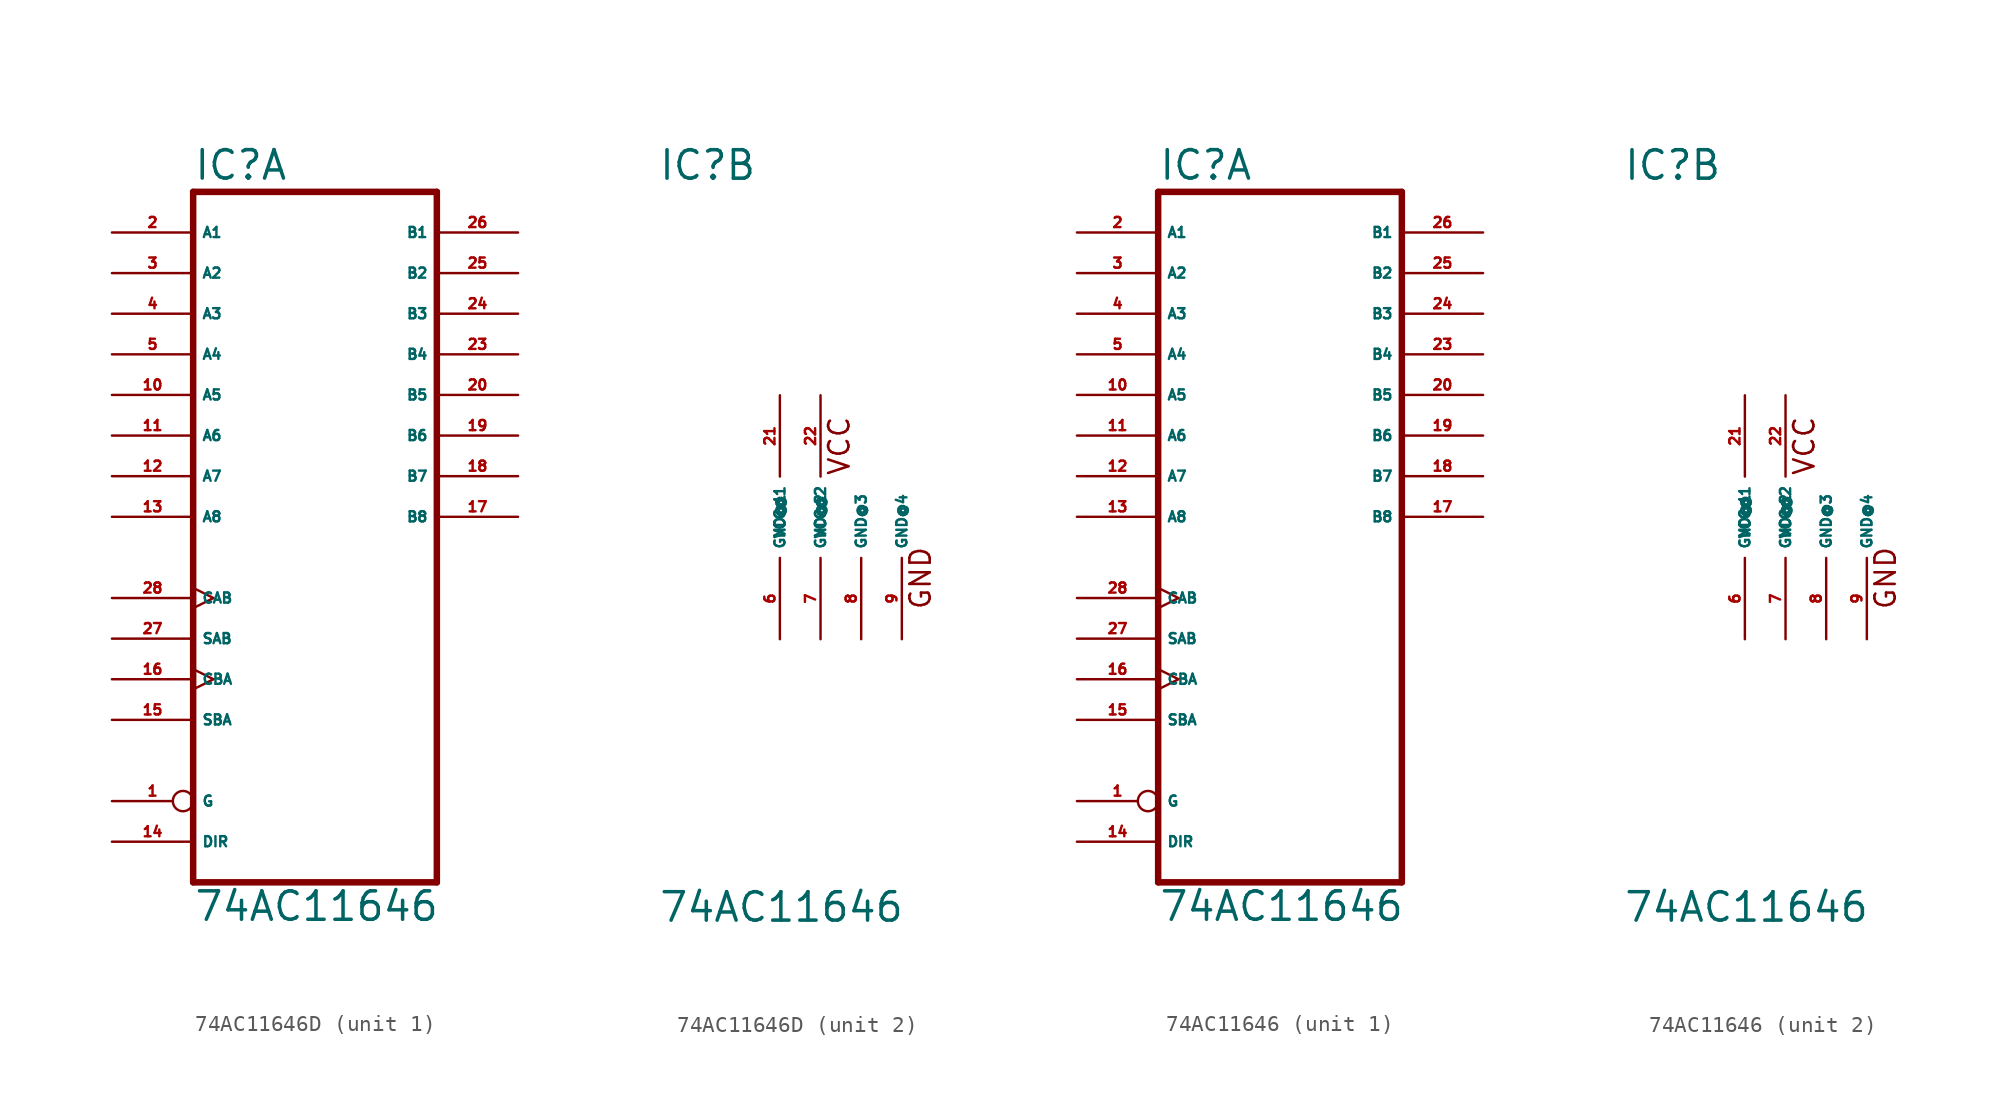
<source format=kicad_sym>
(kicad_symbol_lib
  (version 20220914)
  (generator Eagle2Kicad)
  (symbol "74AC11646D"
    (property "Reference" "IC"
      (at -7.62 20.955 0)
      (effects (font (size 1.778 1.778) (thickness 0.22)) (justify left bottom)))
    (property "Value" "74AC11646"
      (at -7.62 -25.4 0)
      (effects (font (size 1.778 1.778) (thickness 0.22)) (justify left bottom)))
    (symbol "74AC11646D_1_0"
      (polyline (pts (xy -7.62 -22.86) (xy 7.62 -22.86)) (stroke (width 0.406) (type default)) (fill (type none)))
      (polyline (pts (xy 7.62 -22.86) (xy 7.62 20.32)) (stroke (width 0.406) (type default)) (fill (type none)))
      (polyline (pts (xy 7.62 20.32) (xy -7.62 20.32)) (stroke (width 0.406) (type default)) (fill (type none)))
      (polyline (pts (xy -7.62 20.32) (xy -7.62 -22.86)) (stroke (width 0.406) (type default)) (fill (type none)))
      (pin input inverted (at -12.7 -17.78 0) (length 5.08) (name "G" (effects (font (size 0.635 0.635) (thickness 0.08)) (justify left bottom))) (number "1" (effects (font (size 0.635 0.635) (thickness 0.08)) (justify left bottom))))
      (pin bidirectional line (at -12.7 17.78 0) (length 5.08) (name "A1" (effects (font (size 0.635 0.635) (thickness 0.08)) (justify left bottom))) (number "2" (effects (font (size 0.635 0.635) (thickness 0.08)) (justify left bottom))))
      (pin bidirectional line (at -12.7 15.24 0) (length 5.08) (name "A2" (effects (font (size 0.635 0.635) (thickness 0.08)) (justify left bottom))) (number "3" (effects (font (size 0.635 0.635) (thickness 0.08)) (justify left bottom))))
      (pin bidirectional line (at -12.7 12.7 0) (length 5.08) (name "A3" (effects (font (size 0.635 0.635) (thickness 0.08)) (justify left bottom))) (number "4" (effects (font (size 0.635 0.635) (thickness 0.08)) (justify left bottom))))
      (pin bidirectional line (at -12.7 10.16 0) (length 5.08) (name "A4" (effects (font (size 0.635 0.635) (thickness 0.08)) (justify left bottom))) (number "5" (effects (font (size 0.635 0.635) (thickness 0.08)) (justify left bottom))))
      (pin bidirectional line (at -12.7 7.62 0) (length 5.08) (name "A5" (effects (font (size 0.635 0.635) (thickness 0.08)) (justify left bottom))) (number "10" (effects (font (size 0.635 0.635) (thickness 0.08)) (justify left bottom))))
      (pin bidirectional line (at -12.7 5.08 0) (length 5.08) (name "A6" (effects (font (size 0.635 0.635) (thickness 0.08)) (justify left bottom))) (number "11" (effects (font (size 0.635 0.635) (thickness 0.08)) (justify left bottom))))
      (pin bidirectional line (at -12.7 2.54 0) (length 5.08) (name "A7" (effects (font (size 0.635 0.635) (thickness 0.08)) (justify left bottom))) (number "12" (effects (font (size 0.635 0.635) (thickness 0.08)) (justify left bottom))))
      (pin bidirectional line (at -12.7 0 0) (length 5.08) (name "A8" (effects (font (size 0.635 0.635) (thickness 0.08)) (justify left bottom))) (number "13" (effects (font (size 0.635 0.635) (thickness 0.08)) (justify left bottom))))
      (pin input line (at -12.7 -20.32 0) (length 5.08) (name "DIR" (effects (font (size 0.635 0.635) (thickness 0.08)) (justify left bottom))) (number "14" (effects (font (size 0.635 0.635) (thickness 0.08)) (justify left bottom))))
      (pin input line (at -12.7 -12.7 0) (length 5.08) (name "SBA" (effects (font (size 0.635 0.635) (thickness 0.08)) (justify left bottom))) (number "15" (effects (font (size 0.635 0.635) (thickness 0.08)) (justify left bottom))))
      (pin input clock (at -12.7 -10.16 0) (length 5.08) (name "CBA" (effects (font (size 0.635 0.635) (thickness 0.08)) (justify left bottom))) (number "16" (effects (font (size 0.635 0.635) (thickness 0.08)) (justify left bottom))))
      (pin bidirectional line (at 12.7 0 180) (length 5.08) (name "B8" (effects (font (size 0.635 0.635) (thickness 0.08)) (justify left bottom))) (number "17" (effects (font (size 0.635 0.635) (thickness 0.08)) (justify left bottom))))
      (pin bidirectional line (at 12.7 2.54 180) (length 5.08) (name "B7" (effects (font (size 0.635 0.635) (thickness 0.08)) (justify left bottom))) (number "18" (effects (font (size 0.635 0.635) (thickness 0.08)) (justify left bottom))))
      (pin bidirectional line (at 12.7 5.08 180) (length 5.08) (name "B6" (effects (font (size 0.635 0.635) (thickness 0.08)) (justify left bottom))) (number "19" (effects (font (size 0.635 0.635) (thickness 0.08)) (justify left bottom))))
      (pin bidirectional line (at 12.7 7.62 180) (length 5.08) (name "B5" (effects (font (size 0.635 0.635) (thickness 0.08)) (justify left bottom))) (number "20" (effects (font (size 0.635 0.635) (thickness 0.08)) (justify left bottom))))
      (pin bidirectional line (at 12.7 10.16 180) (length 5.08) (name "B4" (effects (font (size 0.635 0.635) (thickness 0.08)) (justify left bottom))) (number "23" (effects (font (size 0.635 0.635) (thickness 0.08)) (justify left bottom))))
      (pin bidirectional line (at 12.7 12.7 180) (length 5.08) (name "B3" (effects (font (size 0.635 0.635) (thickness 0.08)) (justify left bottom))) (number "24" (effects (font (size 0.635 0.635) (thickness 0.08)) (justify left bottom))))
      (pin bidirectional line (at 12.7 15.24 180) (length 5.08) (name "B2" (effects (font (size 0.635 0.635) (thickness 0.08)) (justify left bottom))) (number "25" (effects (font (size 0.635 0.635) (thickness 0.08)) (justify left bottom))))
      (pin bidirectional line (at 12.7 17.78 180) (length 5.08) (name "B1" (effects (font (size 0.635 0.635) (thickness 0.08)) (justify left bottom))) (number "26" (effects (font (size 0.635 0.635) (thickness 0.08)) (justify left bottom))))
      (pin input line (at -12.7 -7.62 0) (length 5.08) (name "SAB" (effects (font (size 0.635 0.635) (thickness 0.08)) (justify left bottom))) (number "27" (effects (font (size 0.635 0.635) (thickness 0.08)) (justify left bottom))))
      (pin input clock (at -12.7 -5.08 0) (length 5.08) (name "CAB" (effects (font (size 0.635 0.635) (thickness 0.08)) (justify left bottom))) (number "28" (effects (font (size 0.635 0.635) (thickness 0.08)) (justify left bottom)))))
    (symbol "74AC11646D_2_0"
      (text "VCC" (at 4.445 2.54 900) (effects (font (size 1.27 1.27) (thickness 0.16)) (justify left bottom)))
      (text "GND" (at 9.525 -5.842 900) (effects (font (size 1.27 1.27) (thickness 0.16)) (justify left bottom)))
      (pin unspecified line (at 0 -7.62 90) (length 5.08) (name "GND@1" (effects (font (size 0.635 0.635) (thickness 0.08)) (justify left bottom))) (number "6" (effects (font (size 0.635 0.635) (thickness 0.08)) (justify left bottom))))
      (pin unspecified line (at 2.54 -7.62 90) (length 5.08) (name "GND@2" (effects (font (size 0.635 0.635) (thickness 0.08)) (justify left bottom))) (number "7" (effects (font (size 0.635 0.635) (thickness 0.08)) (justify left bottom))))
      (pin unspecified line (at 5.08 -7.62 90) (length 5.08) (name "GND@3" (effects (font (size 0.635 0.635) (thickness 0.08)) (justify left bottom))) (number "8" (effects (font (size 0.635 0.635) (thickness 0.08)) (justify left bottom))))
      (pin unspecified line (at 7.62 -7.62 90) (length 5.08) (name "GND@4" (effects (font (size 0.635 0.635) (thickness 0.08)) (justify left bottom))) (number "9" (effects (font (size 0.635 0.635) (thickness 0.08)) (justify left bottom))))
      (pin unspecified line (at 0 7.62 270) (length 5.08) (name "VCC@1" (effects (font (size 0.635 0.635) (thickness 0.08)) (justify left bottom))) (number "21" (effects (font (size 0.635 0.635) (thickness 0.08)) (justify left bottom))))
      (pin unspecified line (at 2.54 7.62 270) (length 5.08) (name "VCC@2" (effects (font (size 0.635 0.635) (thickness 0.08)) (justify left bottom))) (number "22" (effects (font (size 0.635 0.635) (thickness 0.08)) (justify left bottom))))))
  (symbol "74AC11646"
    (property "Reference" "IC"
      (at -7.62 20.955 0)
      (effects (font (size 1.778 1.778) (thickness 0.22)) (justify left bottom)))
    (property "Value" "74AC11646"
      (at -7.62 -25.4 0)
      (effects (font (size 1.778 1.778) (thickness 0.22)) (justify left bottom)))
    (symbol "74AC11646_1_0"
      (polyline (pts (xy -7.62 -22.86) (xy 7.62 -22.86)) (stroke (width 0.406) (type default)) (fill (type none)))
      (polyline (pts (xy 7.62 -22.86) (xy 7.62 20.32)) (stroke (width 0.406) (type default)) (fill (type none)))
      (polyline (pts (xy 7.62 20.32) (xy -7.62 20.32)) (stroke (width 0.406) (type default)) (fill (type none)))
      (polyline (pts (xy -7.62 20.32) (xy -7.62 -22.86)) (stroke (width 0.406) (type default)) (fill (type none)))
      (pin input inverted (at -12.7 -17.78 0) (length 5.08) (name "G" (effects (font (size 0.635 0.635) (thickness 0.08)) (justify left bottom))) (number "1" (effects (font (size 0.635 0.635) (thickness 0.08)) (justify left bottom))))
      (pin bidirectional line (at -12.7 17.78 0) (length 5.08) (name "A1" (effects (font (size 0.635 0.635) (thickness 0.08)) (justify left bottom))) (number "2" (effects (font (size 0.635 0.635) (thickness 0.08)) (justify left bottom))))
      (pin bidirectional line (at -12.7 15.24 0) (length 5.08) (name "A2" (effects (font (size 0.635 0.635) (thickness 0.08)) (justify left bottom))) (number "3" (effects (font (size 0.635 0.635) (thickness 0.08)) (justify left bottom))))
      (pin bidirectional line (at -12.7 12.7 0) (length 5.08) (name "A3" (effects (font (size 0.635 0.635) (thickness 0.08)) (justify left bottom))) (number "4" (effects (font (size 0.635 0.635) (thickness 0.08)) (justify left bottom))))
      (pin bidirectional line (at -12.7 10.16 0) (length 5.08) (name "A4" (effects (font (size 0.635 0.635) (thickness 0.08)) (justify left bottom))) (number "5" (effects (font (size 0.635 0.635) (thickness 0.08)) (justify left bottom))))
      (pin bidirectional line (at -12.7 7.62 0) (length 5.08) (name "A5" (effects (font (size 0.635 0.635) (thickness 0.08)) (justify left bottom))) (number "10" (effects (font (size 0.635 0.635) (thickness 0.08)) (justify left bottom))))
      (pin bidirectional line (at -12.7 5.08 0) (length 5.08) (name "A6" (effects (font (size 0.635 0.635) (thickness 0.08)) (justify left bottom))) (number "11" (effects (font (size 0.635 0.635) (thickness 0.08)) (justify left bottom))))
      (pin bidirectional line (at -12.7 2.54 0) (length 5.08) (name "A7" (effects (font (size 0.635 0.635) (thickness 0.08)) (justify left bottom))) (number "12" (effects (font (size 0.635 0.635) (thickness 0.08)) (justify left bottom))))
      (pin bidirectional line (at -12.7 0 0) (length 5.08) (name "A8" (effects (font (size 0.635 0.635) (thickness 0.08)) (justify left bottom))) (number "13" (effects (font (size 0.635 0.635) (thickness 0.08)) (justify left bottom))))
      (pin input line (at -12.7 -20.32 0) (length 5.08) (name "DIR" (effects (font (size 0.635 0.635) (thickness 0.08)) (justify left bottom))) (number "14" (effects (font (size 0.635 0.635) (thickness 0.08)) (justify left bottom))))
      (pin input line (at -12.7 -12.7 0) (length 5.08) (name "SBA" (effects (font (size 0.635 0.635) (thickness 0.08)) (justify left bottom))) (number "15" (effects (font (size 0.635 0.635) (thickness 0.08)) (justify left bottom))))
      (pin input clock (at -12.7 -10.16 0) (length 5.08) (name "CBA" (effects (font (size 0.635 0.635) (thickness 0.08)) (justify left bottom))) (number "16" (effects (font (size 0.635 0.635) (thickness 0.08)) (justify left bottom))))
      (pin bidirectional line (at 12.7 0 180) (length 5.08) (name "B8" (effects (font (size 0.635 0.635) (thickness 0.08)) (justify left bottom))) (number "17" (effects (font (size 0.635 0.635) (thickness 0.08)) (justify left bottom))))
      (pin bidirectional line (at 12.7 2.54 180) (length 5.08) (name "B7" (effects (font (size 0.635 0.635) (thickness 0.08)) (justify left bottom))) (number "18" (effects (font (size 0.635 0.635) (thickness 0.08)) (justify left bottom))))
      (pin bidirectional line (at 12.7 5.08 180) (length 5.08) (name "B6" (effects (font (size 0.635 0.635) (thickness 0.08)) (justify left bottom))) (number "19" (effects (font (size 0.635 0.635) (thickness 0.08)) (justify left bottom))))
      (pin bidirectional line (at 12.7 7.62 180) (length 5.08) (name "B5" (effects (font (size 0.635 0.635) (thickness 0.08)) (justify left bottom))) (number "20" (effects (font (size 0.635 0.635) (thickness 0.08)) (justify left bottom))))
      (pin bidirectional line (at 12.7 10.16 180) (length 5.08) (name "B4" (effects (font (size 0.635 0.635) (thickness 0.08)) (justify left bottom))) (number "23" (effects (font (size 0.635 0.635) (thickness 0.08)) (justify left bottom))))
      (pin bidirectional line (at 12.7 12.7 180) (length 5.08) (name "B3" (effects (font (size 0.635 0.635) (thickness 0.08)) (justify left bottom))) (number "24" (effects (font (size 0.635 0.635) (thickness 0.08)) (justify left bottom))))
      (pin bidirectional line (at 12.7 15.24 180) (length 5.08) (name "B2" (effects (font (size 0.635 0.635) (thickness 0.08)) (justify left bottom))) (number "25" (effects (font (size 0.635 0.635) (thickness 0.08)) (justify left bottom))))
      (pin bidirectional line (at 12.7 17.78 180) (length 5.08) (name "B1" (effects (font (size 0.635 0.635) (thickness 0.08)) (justify left bottom))) (number "26" (effects (font (size 0.635 0.635) (thickness 0.08)) (justify left bottom))))
      (pin input line (at -12.7 -7.62 0) (length 5.08) (name "SAB" (effects (font (size 0.635 0.635) (thickness 0.08)) (justify left bottom))) (number "27" (effects (font (size 0.635 0.635) (thickness 0.08)) (justify left bottom))))
      (pin input clock (at -12.7 -5.08 0) (length 5.08) (name "CAB" (effects (font (size 0.635 0.635) (thickness 0.08)) (justify left bottom))) (number "28" (effects (font (size 0.635 0.635) (thickness 0.08)) (justify left bottom)))))
    (symbol "74AC11646_2_0"
      (text "VCC" (at 4.445 2.54 900) (effects (font (size 1.27 1.27) (thickness 0.16)) (justify left bottom)))
      (text "GND" (at 9.525 -5.842 900) (effects (font (size 1.27 1.27) (thickness 0.16)) (justify left bottom)))
      (pin unspecified line (at 0 -7.62 90) (length 5.08) (name "GND@1" (effects (font (size 0.635 0.635) (thickness 0.08)) (justify left bottom))) (number "6" (effects (font (size 0.635 0.635) (thickness 0.08)) (justify left bottom))))
      (pin unspecified line (at 2.54 -7.62 90) (length 5.08) (name "GND@2" (effects (font (size 0.635 0.635) (thickness 0.08)) (justify left bottom))) (number "7" (effects (font (size 0.635 0.635) (thickness 0.08)) (justify left bottom))))
      (pin unspecified line (at 5.08 -7.62 90) (length 5.08) (name "GND@3" (effects (font (size 0.635 0.635) (thickness 0.08)) (justify left bottom))) (number "8" (effects (font (size 0.635 0.635) (thickness 0.08)) (justify left bottom))))
      (pin unspecified line (at 7.62 -7.62 90) (length 5.08) (name "GND@4" (effects (font (size 0.635 0.635) (thickness 0.08)) (justify left bottom))) (number "9" (effects (font (size 0.635 0.635) (thickness 0.08)) (justify left bottom))))
      (pin unspecified line (at 0 7.62 270) (length 5.08) (name "VCC@1" (effects (font (size 0.635 0.635) (thickness 0.08)) (justify left bottom))) (number "21" (effects (font (size 0.635 0.635) (thickness 0.08)) (justify left bottom))))
      (pin unspecified line (at 2.54 7.62 270) (length 5.08) (name "VCC@2" (effects (font (size 0.635 0.635) (thickness 0.08)) (justify left bottom))) (number "22" (effects (font (size 0.635 0.635) (thickness 0.08)) (justify left bottom)))))))
</source>
